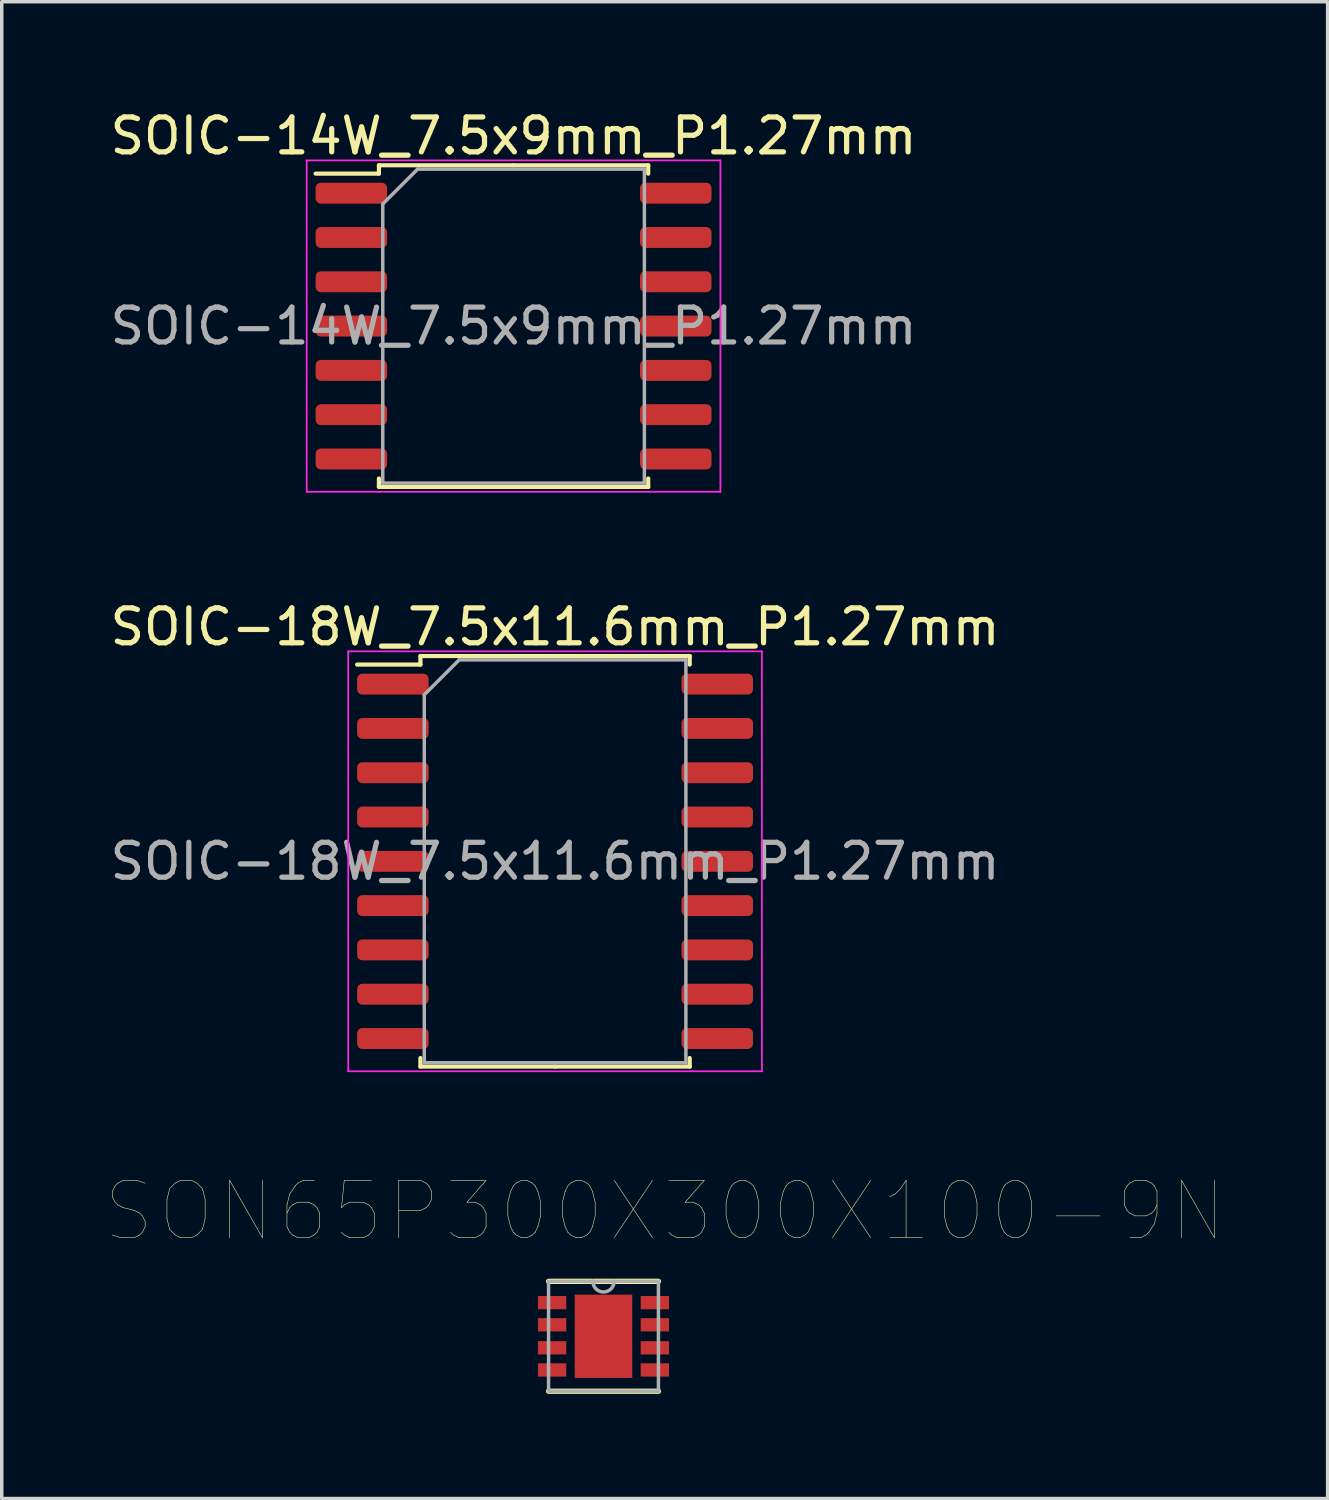
<source format=kicad_pcb>
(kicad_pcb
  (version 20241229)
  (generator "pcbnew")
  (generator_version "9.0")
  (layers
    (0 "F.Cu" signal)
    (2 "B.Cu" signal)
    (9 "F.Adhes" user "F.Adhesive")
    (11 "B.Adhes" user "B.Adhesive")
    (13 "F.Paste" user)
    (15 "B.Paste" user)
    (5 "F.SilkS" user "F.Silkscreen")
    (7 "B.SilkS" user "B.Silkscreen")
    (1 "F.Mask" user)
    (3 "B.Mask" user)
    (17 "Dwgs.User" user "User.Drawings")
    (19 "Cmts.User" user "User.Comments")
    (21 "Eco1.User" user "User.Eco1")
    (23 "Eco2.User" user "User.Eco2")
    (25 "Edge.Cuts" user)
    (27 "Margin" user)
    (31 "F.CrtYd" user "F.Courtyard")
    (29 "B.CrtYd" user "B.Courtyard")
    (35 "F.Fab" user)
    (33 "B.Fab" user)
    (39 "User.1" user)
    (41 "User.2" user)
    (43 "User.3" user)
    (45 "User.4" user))
  (footprint "SOIC-14W_7.5x9mm_P1.27mm"
    (layer "F.Cu")
    (at 11.673 6.298)
    (property "Reference" "SOIC-14W_7.5x9mm_P1.27mm" (at 0 -5.45 0) (layer "F.SilkS") (effects (font (size 1 1) (thickness 0.15))))
    (attr smd)
    (fp_line (start -3.86 -4.61) (end -3.86 -4.37) (stroke (width 0.12) (type solid)) (layer "F.SilkS"))
    (fp_line (start -3.86 -4.37) (end -5.675 -4.37) (stroke (width 0.12) (type solid)) (layer "F.SilkS"))
    (fp_line (start -3.86 4.61) (end -3.86 4.37) (stroke (width 0.12) (type solid)) (layer "F.SilkS"))
    (fp_line (start 0 -4.61) (end -3.86 -4.61) (stroke (width 0.12) (type solid)) (layer "F.SilkS"))
    (fp_line (start 0 -4.61) (end 3.86 -4.61) (stroke (width 0.12) (type solid)) (layer "F.SilkS"))
    (fp_line (start 0 4.61) (end -3.86 4.61) (stroke (width 0.12) (type solid)) (layer "F.SilkS"))
    (fp_line (start 0 4.61) (end 3.86 4.61) (stroke (width 0.12) (type solid)) (layer "F.SilkS"))
    (fp_line (start 3.86 -4.61) (end 3.86 -4.37) (stroke (width 0.12) (type solid)) (layer "F.SilkS"))
    (fp_line (start 3.86 4.61) (end 3.86 4.37) (stroke (width 0.12) (type solid)) (layer "F.SilkS"))
    (fp_line (start -5.93 -4.75) (end -5.93 4.75) (stroke (width 0.05) (type solid)) (layer "F.CrtYd"))
    (fp_line (start -5.93 4.75) (end 5.93 4.75) (stroke (width 0.05) (type solid)) (layer "F.CrtYd"))
    (fp_line (start 5.93 -4.75) (end -5.93 -4.75) (stroke (width 0.05) (type solid)) (layer "F.CrtYd"))
    (fp_line (start 5.93 4.75) (end 5.93 -4.75) (stroke (width 0.05) (type solid)) (layer "F.CrtYd"))
    (fp_line (start -3.75 -3.5) (end -2.75 -4.5) (stroke (width 0.1) (type solid)) (layer "F.Fab"))
    (fp_line (start -3.75 4.5) (end -3.75 -3.5) (stroke (width 0.1) (type solid)) (layer "F.Fab"))
    (fp_line (start -2.75 -4.5) (end 3.75 -4.5) (stroke (width 0.1) (type solid)) (layer "F.Fab"))
    (fp_line (start 3.75 -4.5) (end 3.75 4.5) (stroke (width 0.1) (type solid)) (layer "F.Fab"))
    (fp_line (start 3.75 4.5) (end -3.75 4.5) (stroke (width 0.1) (type solid)) (layer "F.Fab"))
    (fp_text user "${REFERENCE}" (at 0 0 0) (layer "F.Fab") (effects (font (size 1 1) (thickness 0.15))))
    (pad "1" smd roundrect (at -4.65 -3.81) (size 2.05 0.6) (layers "F.Cu" "F.Mask" "F.Paste") (roundrect_rratio 0.25))
    (pad "2" smd roundrect (at -4.65 -2.54) (size 2.05 0.6) (layers "F.Cu" "F.Mask" "F.Paste") (roundrect_rratio 0.25))
    (pad "3" smd roundrect (at -4.65 -1.27) (size 2.05 0.6) (layers "F.Cu" "F.Mask" "F.Paste") (roundrect_rratio 0.25))
    (pad "4" smd roundrect (at -4.65 0) (size 2.05 0.6) (layers "F.Cu" "F.Mask" "F.Paste") (roundrect_rratio 0.25))
    (pad "5" smd roundrect (at -4.65 1.27) (size 2.05 0.6) (layers "F.Cu" "F.Mask" "F.Paste") (roundrect_rratio 0.25))
    (pad "6" smd roundrect (at -4.65 2.54) (size 2.05 0.6) (layers "F.Cu" "F.Mask" "F.Paste") (roundrect_rratio 0.25))
    (pad "7" smd roundrect (at -4.65 3.81) (size 2.05 0.6) (layers "F.Cu" "F.Mask" "F.Paste") (roundrect_rratio 0.25))
    (pad "8" smd roundrect (at 4.65 3.81) (size 2.05 0.6) (layers "F.Cu" "F.Mask" "F.Paste") (roundrect_rratio 0.25))
    (pad "9" smd roundrect (at 4.65 2.54) (size 2.05 0.6) (layers "F.Cu" "F.Mask" "F.Paste") (roundrect_rratio 0.25))
    (pad "10" smd roundrect (at 4.65 1.27) (size 2.05 0.6) (layers "F.Cu" "F.Mask" "F.Paste") (roundrect_rratio 0.25))
    (pad "11" smd roundrect (at 4.65 0) (size 2.05 0.6) (layers "F.Cu" "F.Mask" "F.Paste") (roundrect_rratio 0.25))
    (pad "12" smd roundrect (at 4.65 -1.27) (size 2.05 0.6) (layers "F.Cu" "F.Mask" "F.Paste") (roundrect_rratio 0.25))
    (pad "13" smd roundrect (at 4.65 -2.54) (size 2.05 0.6) (layers "F.Cu" "F.Mask" "F.Paste") (roundrect_rratio 0.25))
    (pad "14" smd roundrect (at 4.65 -3.81) (size 2.05 0.6) (layers "F.Cu" "F.Mask" "F.Paste") (roundrect_rratio 0.25)))
  (footprint "SON65P300X300X100-9N"
    (layer "F.Cu")
    (at 14.251 35.259)
    (property "Reference" "SON65P300X300X100-9N" (at 1.755 -3.586 0) (layer "F.SilkS") (effects (font (size 1.642 1.642) (thickness 0.015))))
    (attr through_hole)
    (fp_line (start -1.575 1.575) (end 1.575 1.575) (stroke (width 0.152) (type solid)) (layer "F.SilkS"))
    (fp_line (start 1.575 -1.575) (end -1.575 -1.575) (stroke (width 0.152) (type solid)) (layer "F.SilkS"))
    (fp_line (start -1.575 -1.575) (end -1.575 1.575) (stroke (width 0.1) (type solid)) (layer "F.Fab"))
    (fp_line (start -1.575 1.575) (end 1.575 1.575) (stroke (width 0.1) (type solid)) (layer "F.Fab"))
    (fp_line (start -0.305 -1.575) (end -1.575 -1.575) (stroke (width 0.1) (type solid)) (layer "F.Fab"))
    (fp_line (start 0.305 -1.575) (end -0.305 -1.575) (stroke (width 0.1) (type solid)) (layer "F.Fab"))
    (fp_line (start 1.575 -1.575) (end 0.305 -1.575) (stroke (width 0.1) (type solid)) (layer "F.Fab"))
    (fp_line (start 1.575 1.575) (end 1.575 -1.575) (stroke (width 0.1) (type solid)) (layer "F.Fab"))
    (fp_arc (start 0.3048 -1.5748) (mid 0 -1.27) (end -0.3048 -1.5748) (stroke (width 0.1) (type solid)) (layer "F.Fab"))
    (pad "1" smd rect (at -1.473 -0.965) (size 0.813 0.381) (layers "F.Cu" "F.Mask" "F.Paste"))
    (pad "2" smd rect (at -1.473 -0.33) (size 0.813 0.381) (layers "F.Cu" "F.Mask" "F.Paste"))
    (pad "3" smd rect (at -1.473 0.33) (size 0.813 0.381) (layers "F.Cu" "F.Mask" "F.Paste"))
    (pad "4" smd rect (at -1.473 0.965) (size 0.813 0.381) (layers "F.Cu" "F.Mask" "F.Paste"))
    (pad "5" smd rect (at 1.473 0.965) (size 0.813 0.381) (layers "F.Cu" "F.Mask" "F.Paste"))
    (pad "6" smd rect (at 1.473 0.33) (size 0.813 0.381) (layers "F.Cu" "F.Mask" "F.Paste"))
    (pad "7" smd rect (at 1.473 -0.33) (size 0.813 0.381) (layers "F.Cu" "F.Mask" "F.Paste"))
    (pad "8" smd rect (at 1.473 -0.965) (size 0.813 0.381) (layers "F.Cu" "F.Mask" "F.Paste"))
    (pad "9" smd rect (at 0 0) (size 1.651 2.388) (layers "F.Cu" "F.Mask" "F.Paste")))
  (footprint "SOIC-18W_7.5x11.6mm_P1.27mm"
    (layer "F.Cu")
    (at 12.863 21.642)
    (property "Reference" "SOIC-18W_7.5x11.6mm_P1.27mm" (at 0 -6.72 0) (layer "F.SilkS") (effects (font (size 1 1) (thickness 0.15))))
    (attr smd)
    (fp_line (start -3.86 -5.885) (end -3.86 -5.64) (stroke (width 0.12) (type solid)) (layer "F.SilkS"))
    (fp_line (start -3.86 -5.64) (end -5.675 -5.64) (stroke (width 0.12) (type solid)) (layer "F.SilkS"))
    (fp_line (start -3.86 5.885) (end -3.86 5.64) (stroke (width 0.12) (type solid)) (layer "F.SilkS"))
    (fp_line (start 0 -5.885) (end -3.86 -5.885) (stroke (width 0.12) (type solid)) (layer "F.SilkS"))
    (fp_line (start 0 -5.885) (end 3.86 -5.885) (stroke (width 0.12) (type solid)) (layer "F.SilkS"))
    (fp_line (start 0 5.885) (end -3.86 5.885) (stroke (width 0.12) (type solid)) (layer "F.SilkS"))
    (fp_line (start 0 5.885) (end 3.86 5.885) (stroke (width 0.12) (type solid)) (layer "F.SilkS"))
    (fp_line (start 3.86 -5.885) (end 3.86 -5.64) (stroke (width 0.12) (type solid)) (layer "F.SilkS"))
    (fp_line (start 3.86 5.885) (end 3.86 5.64) (stroke (width 0.12) (type solid)) (layer "F.SilkS"))
    (fp_line (start -5.93 -6.02) (end -5.93 6.02) (stroke (width 0.05) (type solid)) (layer "F.CrtYd"))
    (fp_line (start -5.93 6.02) (end 5.93 6.02) (stroke (width 0.05) (type solid)) (layer "F.CrtYd"))
    (fp_line (start 5.93 -6.02) (end -5.93 -6.02) (stroke (width 0.05) (type solid)) (layer "F.CrtYd"))
    (fp_line (start 5.93 6.02) (end 5.93 -6.02) (stroke (width 0.05) (type solid)) (layer "F.CrtYd"))
    (fp_line (start -3.75 -4.775) (end -2.75 -5.775) (stroke (width 0.1) (type solid)) (layer "F.Fab"))
    (fp_line (start -3.75 5.775) (end -3.75 -4.775) (stroke (width 0.1) (type solid)) (layer "F.Fab"))
    (fp_line (start -2.75 -5.775) (end 3.75 -5.775) (stroke (width 0.1) (type solid)) (layer "F.Fab"))
    (fp_line (start 3.75 -5.775) (end 3.75 5.775) (stroke (width 0.1) (type solid)) (layer "F.Fab"))
    (fp_line (start 3.75 5.775) (end -3.75 5.775) (stroke (width 0.1) (type solid)) (layer "F.Fab"))
    (fp_text user "${REFERENCE}" (at 0 0 0) (layer "F.Fab") (effects (font (size 1 1) (thickness 0.15))))
    (pad "1" smd roundrect (at -4.65 -5.08) (size 2.05 0.6) (layers "F.Cu" "F.Mask" "F.Paste") (roundrect_rratio 0.25))
    (pad "2" smd roundrect (at -4.65 -3.81) (size 2.05 0.6) (layers "F.Cu" "F.Mask" "F.Paste") (roundrect_rratio 0.25))
    (pad "3" smd roundrect (at -4.65 -2.54) (size 2.05 0.6) (layers "F.Cu" "F.Mask" "F.Paste") (roundrect_rratio 0.25))
    (pad "4" smd roundrect (at -4.65 -1.27) (size 2.05 0.6) (layers "F.Cu" "F.Mask" "F.Paste") (roundrect_rratio 0.25))
    (pad "5" smd roundrect (at -4.65 0) (size 2.05 0.6) (layers "F.Cu" "F.Mask" "F.Paste") (roundrect_rratio 0.25))
    (pad "6" smd roundrect (at -4.65 1.27) (size 2.05 0.6) (layers "F.Cu" "F.Mask" "F.Paste") (roundrect_rratio 0.25))
    (pad "7" smd roundrect (at -4.65 2.54) (size 2.05 0.6) (layers "F.Cu" "F.Mask" "F.Paste") (roundrect_rratio 0.25))
    (pad "8" smd roundrect (at -4.65 3.81) (size 2.05 0.6) (layers "F.Cu" "F.Mask" "F.Paste") (roundrect_rratio 0.25))
    (pad "9" smd roundrect (at -4.65 5.08) (size 2.05 0.6) (layers "F.Cu" "F.Mask" "F.Paste") (roundrect_rratio 0.25))
    (pad "10" smd roundrect (at 4.65 5.08) (size 2.05 0.6) (layers "F.Cu" "F.Mask" "F.Paste") (roundrect_rratio 0.25))
    (pad "11" smd roundrect (at 4.65 3.81) (size 2.05 0.6) (layers "F.Cu" "F.Mask" "F.Paste") (roundrect_rratio 0.25))
    (pad "12" smd roundrect (at 4.65 2.54) (size 2.05 0.6) (layers "F.Cu" "F.Mask" "F.Paste") (roundrect_rratio 0.25))
    (pad "13" smd roundrect (at 4.65 1.27) (size 2.05 0.6) (layers "F.Cu" "F.Mask" "F.Paste") (roundrect_rratio 0.25))
    (pad "14" smd roundrect (at 4.65 0) (size 2.05 0.6) (layers "F.Cu" "F.Mask" "F.Paste") (roundrect_rratio 0.25))
    (pad "15" smd roundrect (at 4.65 -1.27) (size 2.05 0.6) (layers "F.Cu" "F.Mask" "F.Paste") (roundrect_rratio 0.25))
    (pad "16" smd roundrect (at 4.65 -2.54) (size 2.05 0.6) (layers "F.Cu" "F.Mask" "F.Paste") (roundrect_rratio 0.25))
    (pad "17" smd roundrect (at 4.65 -3.81) (size 2.05 0.6) (layers "F.Cu" "F.Mask" "F.Paste") (roundrect_rratio 0.25))
    (pad "18" smd roundrect (at 4.65 -5.08) (size 2.05 0.6) (layers "F.Cu" "F.Mask" "F.Paste") (roundrect_rratio 0.25)))
  (gr_rect
    (start -3 -3)
    (end 35.011 39.91)
    (stroke (width 0.1) (type default))
    (fill no)
    (layer "Edge.Cuts")))
</source>
